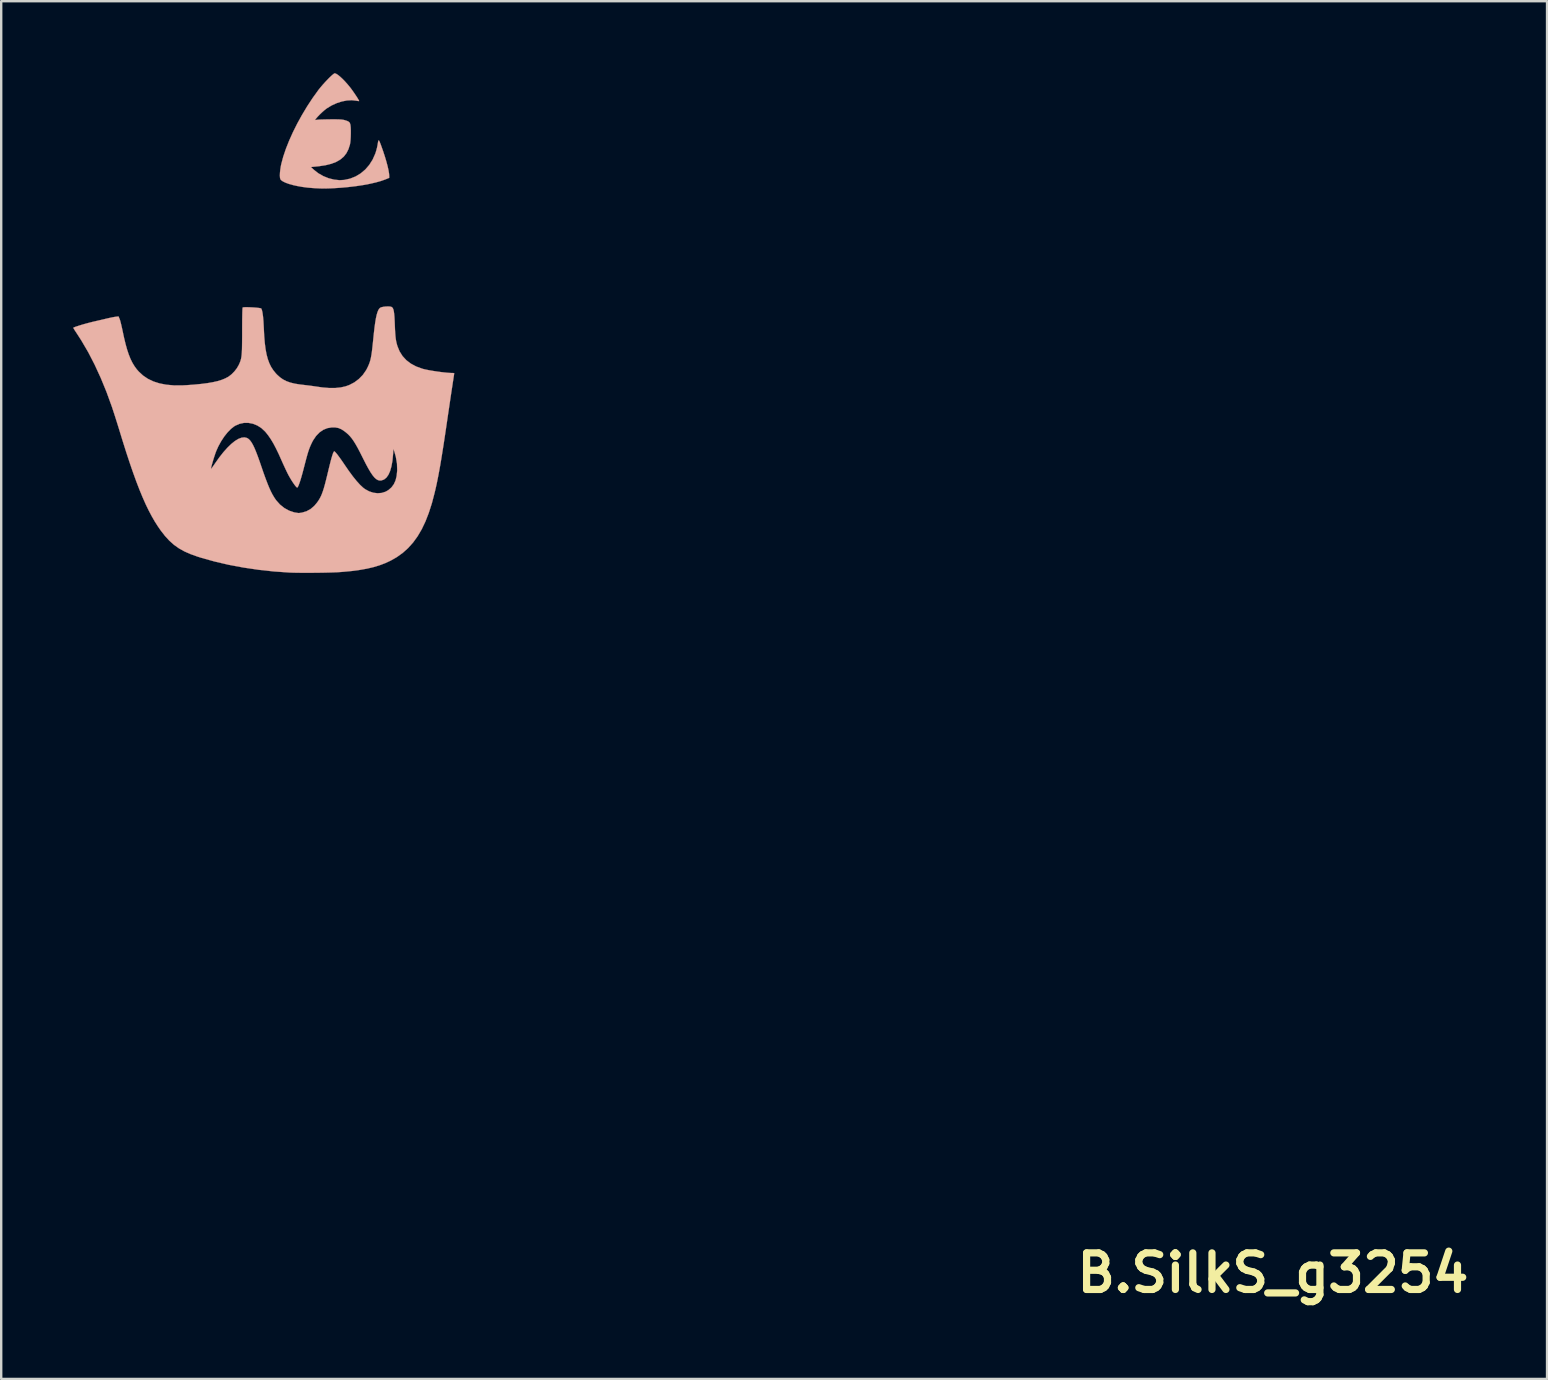
<source format=kicad_pcb>
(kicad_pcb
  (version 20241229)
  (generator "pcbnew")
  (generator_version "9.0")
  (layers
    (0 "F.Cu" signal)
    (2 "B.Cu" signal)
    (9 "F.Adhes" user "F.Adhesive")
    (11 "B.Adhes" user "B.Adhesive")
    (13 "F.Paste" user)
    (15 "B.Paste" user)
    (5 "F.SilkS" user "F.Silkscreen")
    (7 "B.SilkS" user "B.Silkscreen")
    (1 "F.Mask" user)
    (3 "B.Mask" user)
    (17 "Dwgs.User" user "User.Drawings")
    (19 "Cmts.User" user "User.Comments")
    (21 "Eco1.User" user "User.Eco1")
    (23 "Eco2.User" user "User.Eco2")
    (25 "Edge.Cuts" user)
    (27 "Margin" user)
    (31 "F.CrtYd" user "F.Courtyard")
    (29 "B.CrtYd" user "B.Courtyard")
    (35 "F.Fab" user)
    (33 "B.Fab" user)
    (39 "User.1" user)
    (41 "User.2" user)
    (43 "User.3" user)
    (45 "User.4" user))
  (footprint "B.SilkS_g3254"
    (layer "F.Cu")
    (at 50.001 50.001)
    (property "Reference" "B.SilkS_g3254" (at 0 0 0) (layer "F.SilkS") (effects (font (size 1.524 1.524) (thickness 0.3))))
    (attr through_hole)
    (fp_poly (pts (xy -39.046 -49.979) (xy -38.971 -49.933) (xy -38.88 -49.86) (xy -38.778 -49.766) (xy -38.669 -49.654) (xy -38.558 -49.529) (xy -38.448 -49.395) (xy -38.42 -49.358) (xy -38.359 -49.274) (xy -38.295 -49.183) (xy -38.232 -49.09) (xy -38.175 -49.004) (xy -38.129 -48.929) (xy -38.097 -48.873) (xy -38.084 -48.843) (xy -38.084 -48.84) (xy -38.108 -48.839) (xy -38.161 -48.846) (xy -38.208 -48.855) (xy -38.392 -48.875) (xy -38.593 -48.864) (xy -38.805 -48.822) (xy -39.019 -48.753) (xy -39.228 -48.658) (xy -39.424 -48.539) (xy -39.466 -48.509) (xy -39.543 -48.447) (xy -39.632 -48.367) (xy -39.723 -48.28) (xy -39.805 -48.195) (xy -39.869 -48.122) (xy -39.891 -48.094) (xy -39.925 -48.045) (xy -39.83 -48.059) (xy -39.78 -48.064) (xy -39.696 -48.068) (xy -39.585 -48.071) (xy -39.456 -48.074) (xy -39.315 -48.076) (xy -39.272 -48.077) (xy -39.107 -48.077) (xy -38.979 -48.076) (xy -38.879 -48.072) (xy -38.802 -48.066) (xy -38.741 -48.057) (xy -38.69 -48.045) (xy -38.686 -48.044) (xy -38.585 -48.012) (xy -38.518 -47.978) (xy -38.477 -47.937) (xy -38.454 -47.881) (xy -38.446 -47.842) (xy -38.435 -47.747) (xy -38.43 -47.624) (xy -38.43 -47.485) (xy -38.434 -47.342) (xy -38.442 -47.208) (xy -38.455 -47.094) (xy -38.467 -47.026) (xy -38.529 -46.833) (xy -38.614 -46.665) (xy -38.726 -46.522) (xy -38.867 -46.403) (xy -39.038 -46.304) (xy -39.241 -46.226) (xy -39.479 -46.166) (xy -39.754 -46.124) (xy -39.823 -46.117) (xy -40.096 -46.09) (xy -39.973 -45.978) (xy -39.785 -45.83) (xy -39.576 -45.711) (xy -39.353 -45.621) (xy -39.124 -45.564) (xy -38.896 -45.541) (xy -38.705 -45.552) (xy -38.459 -45.606) (xy -38.228 -45.698) (xy -38.017 -45.826) (xy -37.826 -45.987) (xy -37.66 -46.179) (xy -37.521 -46.399) (xy -37.411 -46.646) (xy -37.4 -46.678) (xy -37.367 -46.785) (xy -37.337 -46.901) (xy -37.316 -47.004) (xy -37.315 -47.011) (xy -37.299 -47.11) (xy -37.286 -47.174) (xy -37.271 -47.2) (xy -37.253 -47.19) (xy -37.228 -47.141) (xy -37.193 -47.054) (xy -37.164 -46.975) (xy -37.083 -46.747) (xy -37.011 -46.527) (xy -36.949 -46.319) (xy -36.899 -46.13) (xy -36.861 -45.963) (xy -36.838 -45.826) (xy -36.83 -45.727) (xy -36.83 -45.639) (xy -36.983 -45.576) (xy -37.168 -45.51) (xy -37.389 -45.448) (xy -37.641 -45.39) (xy -37.919 -45.338) (xy -38.216 -45.293) (xy -38.528 -45.256) (xy -38.849 -45.227) (xy -39.063 -45.213) (xy -39.241 -45.203) (xy -39.39 -45.198) (xy -39.521 -45.195) (xy -39.646 -45.196) (xy -39.778 -45.201) (xy -39.929 -45.209) (xy -40.014 -45.214) (xy -40.235 -45.233) (xy -40.45 -45.261) (xy -40.653 -45.297) (xy -40.84 -45.338) (xy -41.006 -45.385) (xy -41.147 -45.436) (xy -41.258 -45.489) (xy -41.334 -45.543) (xy -41.365 -45.581) (xy -41.381 -45.64) (xy -41.387 -45.732) (xy -41.383 -45.849) (xy -41.369 -45.983) (xy -41.347 -46.125) (xy -41.328 -46.215) (xy -41.247 -46.519) (xy -41.137 -46.845) (xy -41.001 -47.188) (xy -40.842 -47.542) (xy -40.662 -47.902) (xy -40.464 -48.261) (xy -40.251 -48.616) (xy -40.026 -48.959) (xy -39.791 -49.286) (xy -39.775 -49.308) (xy -39.697 -49.405) (xy -39.609 -49.509) (xy -39.515 -49.614) (xy -39.419 -49.716) (xy -39.328 -49.809) (xy -39.245 -49.888) (xy -39.175 -49.949) (xy -39.125 -49.986) (xy -39.101 -49.996) (xy -39.046 -49.979)) (stroke (width 0.01) (type solid)) (fill yes) (layer "B.SilkS"))
    (fp_poly (pts (xy -36.79 -40.274) (xy -36.741 -40.262) (xy -36.707 -40.242) (xy -36.679 -40.207) (xy -36.656 -40.154) (xy -36.638 -40.078) (xy -36.624 -39.976) (xy -36.612 -39.842) (xy -36.603 -39.674) (xy -36.597 -39.527) (xy -36.589 -39.329) (xy -36.58 -39.168) (xy -36.569 -39.034) (xy -36.556 -38.921) (xy -36.539 -38.823) (xy -36.518 -38.732) (xy -36.492 -38.64) (xy -36.489 -38.629) (xy -36.398 -38.407) (xy -36.274 -38.211) (xy -36.117 -38.04) (xy -35.926 -37.895) (xy -35.703 -37.776) (xy -35.449 -37.684) (xy -35.375 -37.664) (xy -35.269 -37.641) (xy -35.137 -37.615) (xy -34.986 -37.59) (xy -34.826 -37.566) (xy -34.667 -37.544) (xy -34.518 -37.527) (xy -34.389 -37.514) (xy -34.289 -37.508) (xy -34.265 -37.507) (xy -34.193 -37.506) (xy -34.141 -37.502) (xy -34.121 -37.496) (xy -34.121 -37.496) (xy -34.124 -37.472) (xy -34.132 -37.413) (xy -34.146 -37.326) (xy -34.162 -37.216) (xy -34.182 -37.09) (xy -34.185 -37.067) (xy -34.201 -36.961) (xy -34.223 -36.819) (xy -34.249 -36.648) (xy -34.278 -36.453) (xy -34.309 -36.241) (xy -34.342 -36.018) (xy -34.376 -35.791) (xy -34.408 -35.571) (xy -34.467 -35.17) (xy -34.521 -34.808) (xy -34.571 -34.48) (xy -34.618 -34.184) (xy -34.661 -33.917) (xy -34.702 -33.673) (xy -34.742 -33.451) (xy -34.78 -33.245) (xy -34.818 -33.054) (xy -34.855 -32.873) (xy -34.894 -32.699) (xy -34.934 -32.529) (xy -34.938 -32.512) (xy -35.052 -32.076) (xy -35.18 -31.678) (xy -35.32 -31.318) (xy -35.475 -30.993) (xy -35.646 -30.702) (xy -35.834 -30.442) (xy -36.04 -30.212) (xy -36.266 -30.009) (xy -36.512 -29.833) (xy -36.764 -29.689) (xy -36.986 -29.585) (xy -37.222 -29.495) (xy -37.475 -29.418) (xy -37.75 -29.353) (xy -38.052 -29.299) (xy -38.385 -29.254) (xy -38.754 -29.219) (xy -38.862 -29.211) (xy -38.999 -29.202) (xy -39.171 -29.195) (xy -39.37 -29.189) (xy -39.588 -29.184) (xy -39.817 -29.181) (xy -40.05 -29.179) (xy -40.279 -29.178) (xy -40.496 -29.179) (xy -40.694 -29.181) (xy -40.864 -29.185) (xy -40.975 -29.189) (xy -41.628 -29.234) (xy -42.273 -29.304) (xy -42.907 -29.398) (xy -43.522 -29.513) (xy -44.113 -29.651) (xy -44.674 -29.808) (xy -44.82 -29.854) (xy -45.11 -29.958) (xy -45.367 -30.071) (xy -45.595 -30.199) (xy -45.803 -30.347) (xy -45.995 -30.519) (xy -46.179 -30.72) (xy -46.361 -30.955) (xy -46.471 -31.115) (xy -46.601 -31.318) (xy -46.728 -31.539) (xy -46.855 -31.78) (xy -46.982 -32.042) (xy -47.109 -32.329) (xy -47.238 -32.642) (xy -47.37 -32.984) (xy -47.505 -33.357) (xy -47.559 -33.513) (xy -44.26 -33.513) (xy -44.249 -33.519) (xy -44.218 -33.555) (xy -44.173 -33.616) (xy -44.117 -33.696) (xy -44.091 -33.735) (xy -43.913 -33.986) (xy -43.74 -34.206) (xy -43.572 -34.394) (xy -43.411 -34.55) (xy -43.259 -34.672) (xy -43.116 -34.759) (xy -42.984 -34.809) (xy -42.864 -34.823) (xy -42.758 -34.798) (xy -42.743 -34.791) (xy -42.685 -34.752) (xy -42.628 -34.695) (xy -42.57 -34.616) (xy -42.511 -34.514) (xy -42.448 -34.384) (xy -42.381 -34.224) (xy -42.307 -34.031) (xy -42.225 -33.802) (xy -42.166 -33.629) (xy -42.071 -33.352) (xy -41.984 -33.111) (xy -41.905 -32.904) (xy -41.832 -32.725) (xy -41.762 -32.572) (xy -41.694 -32.44) (xy -41.626 -32.325) (xy -41.557 -32.223) (xy -41.541 -32.201) (xy -41.382 -32.023) (xy -41.201 -31.878) (xy -41.001 -31.768) (xy -40.786 -31.696) (xy -40.617 -31.669) (xy -40.58 -31.67) (xy -40.516 -31.679) (xy -40.46 -31.688) (xy -40.274 -31.744) (xy -40.103 -31.839) (xy -39.948 -31.973) (xy -39.846 -32.094) (xy -39.787 -32.176) (xy -39.735 -32.259) (xy -39.687 -32.348) (xy -39.643 -32.447) (xy -39.6 -32.562) (xy -39.556 -32.697) (xy -39.511 -32.856) (xy -39.462 -33.046) (xy -39.407 -33.27) (xy -39.381 -33.38) (xy -39.325 -33.611) (xy -39.277 -33.802) (xy -39.236 -33.956) (xy -39.2 -34.075) (xy -39.171 -34.161) (xy -39.146 -34.215) (xy -39.125 -34.241) (xy -39.121 -34.242) (xy -39.098 -34.229) (xy -39.055 -34.184) (xy -38.994 -34.111) (xy -38.92 -34.012) (xy -38.834 -33.893) (xy -38.74 -33.757) (xy -38.693 -33.687) (xy -38.513 -33.425) (xy -38.345 -33.197) (xy -38.189 -33.004) (xy -38.047 -32.847) (xy -37.919 -32.728) (xy -37.836 -32.665) (xy -37.665 -32.572) (xy -37.488 -32.515) (xy -37.311 -32.494) (xy -37.14 -32.508) (xy -36.98 -32.559) (xy -36.865 -32.625) (xy -36.737 -32.736) (xy -36.638 -32.869) (xy -36.566 -33.027) (xy -36.52 -33.213) (xy -36.498 -33.432) (xy -36.497 -33.443) (xy -36.506 -33.73) (xy -36.555 -34.018) (xy -36.614 -34.227) (xy -36.654 -34.343) (xy -36.67 -34.111) (xy -36.696 -33.842) (xy -36.738 -33.611) (xy -36.794 -33.417) (xy -36.864 -33.261) (xy -36.948 -33.144) (xy -37.046 -33.066) (xy -37.158 -33.027) (xy -37.165 -33.026) (xy -37.235 -33.026) (xy -37.304 -33.044) (xy -37.373 -33.085) (xy -37.445 -33.15) (xy -37.521 -33.242) (xy -37.604 -33.364) (xy -37.695 -33.517) (xy -37.797 -33.705) (xy -37.911 -33.929) (xy -37.931 -33.969) (xy -38.042 -34.19) (xy -38.139 -34.376) (xy -38.227 -34.532) (xy -38.308 -34.663) (xy -38.385 -34.773) (xy -38.462 -34.867) (xy -38.541 -34.949) (xy -38.626 -35.023) (xy -38.688 -35.072) (xy -38.821 -35.16) (xy -38.949 -35.214) (xy -39.086 -35.238) (xy -39.225 -35.238) (xy -39.41 -35.207) (xy -39.582 -35.136) (xy -39.739 -35.027) (xy -39.879 -34.88) (xy -40.003 -34.697) (xy -40.05 -34.607) (xy -40.092 -34.518) (xy -40.13 -34.432) (xy -40.165 -34.341) (xy -40.2 -34.24) (xy -40.236 -34.123) (xy -40.275 -33.984) (xy -40.319 -33.817) (xy -40.371 -33.616) (xy -40.383 -33.57) (xy -40.438 -33.359) (xy -40.49 -33.174) (xy -40.537 -33.017) (xy -40.58 -32.892) (xy -40.616 -32.8) (xy -40.646 -32.745) (xy -40.668 -32.729) (xy -40.668 -32.729) (xy -40.7 -32.754) (xy -40.748 -32.809) (xy -40.806 -32.888) (xy -40.871 -32.984) (xy -40.937 -33.091) (xy -41.001 -33.201) (xy -41.04 -33.273) (xy -41.094 -33.381) (xy -41.157 -33.514) (xy -41.224 -33.658) (xy -41.288 -33.799) (xy -41.314 -33.858) (xy -41.436 -34.131) (xy -41.551 -34.368) (xy -41.659 -34.573) (xy -41.765 -34.749) (xy -41.87 -34.902) (xy -41.977 -35.037) (xy -42.006 -35.069) (xy -42.158 -35.211) (xy -42.327 -35.318) (xy -42.507 -35.391) (xy -42.694 -35.427) (xy -42.882 -35.427) (xy -43.066 -35.388) (xy -43.241 -35.312) (xy -43.285 -35.286) (xy -43.425 -35.177) (xy -43.567 -35.032) (xy -43.705 -34.859) (xy -43.834 -34.663) (xy -43.951 -34.45) (xy -44.037 -34.258) (xy -44.067 -34.179) (xy -44.101 -34.079) (xy -44.138 -33.966) (xy -44.174 -33.849) (xy -44.206 -33.737) (xy -44.233 -33.639) (xy -44.252 -33.562) (xy -44.259 -33.516) (xy -44.26 -33.513) (xy -47.559 -33.513) (xy -47.645 -33.764) (xy -47.791 -34.206) (xy -47.942 -34.685) (xy -48.045 -35.02) (xy -48.102 -35.207) (xy -48.162 -35.399) (xy -48.222 -35.589) (xy -48.279 -35.768) (xy -48.331 -35.927) (xy -48.374 -36.058) (xy -48.388 -36.1) (xy -48.612 -36.716) (xy -48.852 -37.301) (xy -49.107 -37.855) (xy -49.375 -38.374) (xy -49.657 -38.856) (xy -49.828 -39.122) (xy -49.888 -39.213) (xy -49.939 -39.291) (xy -49.976 -39.351) (xy -49.994 -39.384) (xy -49.996 -39.389) (xy -49.976 -39.402) (xy -49.922 -39.425) (xy -49.839 -39.453) (xy -49.734 -39.487) (xy -49.613 -39.524) (xy -49.482 -39.561) (xy -49.347 -39.597) (xy -49.215 -39.631) (xy -49.117 -39.654) (xy -48.983 -39.685) (xy -48.84 -39.718) (xy -48.704 -39.75) (xy -48.591 -39.777) (xy -48.574 -39.781) (xy -48.467 -39.805) (xy -48.361 -39.827) (xy -48.271 -39.843) (xy -48.23 -39.849) (xy -48.112 -39.863) (xy -48.069 -39.765) (xy -48.05 -39.712) (xy -48.026 -39.626) (xy -47.999 -39.517) (xy -47.971 -39.394) (xy -47.951 -39.302) (xy -47.885 -38.992) (xy -47.82 -38.72) (xy -47.754 -38.482) (xy -47.685 -38.275) (xy -47.612 -38.093) (xy -47.533 -37.933) (xy -47.447 -37.791) (xy -47.353 -37.662) (xy -47.265 -37.562) (xy -47.087 -37.398) (xy -46.885 -37.262) (xy -46.659 -37.154) (xy -46.406 -37.073) (xy -46.125 -37.018) (xy -45.815 -36.99) (xy -45.473 -36.988) (xy -45.276 -36.998) (xy -44.945 -37.022) (xy -44.654 -37.051) (xy -44.399 -37.084) (xy -44.175 -37.123) (xy -43.981 -37.167) (xy -43.813 -37.219) (xy -43.668 -37.278) (xy -43.541 -37.345) (xy -43.516 -37.361) (xy -43.398 -37.453) (xy -43.281 -37.572) (xy -43.178 -37.705) (xy -43.102 -37.836) (xy -43.071 -37.904) (xy -43.045 -37.967) (xy -43.023 -38.03) (xy -43.005 -38.097) (xy -42.991 -38.172) (xy -42.98 -38.26) (xy -42.972 -38.365) (xy -42.966 -38.491) (xy -42.963 -38.643) (xy -42.961 -38.824) (xy -42.959 -39.04) (xy -42.959 -39.258) (xy -42.958 -39.504) (xy -42.957 -39.717) (xy -42.954 -39.896) (xy -42.951 -40.038) (xy -42.947 -40.144) (xy -42.942 -40.21) (xy -42.937 -40.235) (xy -42.907 -40.243) (xy -42.844 -40.247) (xy -42.756 -40.248) (xy -42.652 -40.245) (xy -42.541 -40.24) (xy -42.43 -40.233) (xy -42.328 -40.224) (xy -42.244 -40.214) (xy -42.186 -40.203) (xy -42.162 -40.193) (xy -42.134 -40.124) (xy -42.11 -40.013) (xy -42.089 -39.86) (xy -42.072 -39.665) (xy -42.059 -39.428) (xy -42.056 -39.37) (xy -42.04 -39.045) (xy -42.016 -38.759) (xy -41.984 -38.506) (xy -41.943 -38.284) (xy -41.891 -38.088) (xy -41.828 -37.916) (xy -41.753 -37.762) (xy -41.663 -37.623) (xy -41.559 -37.495) (xy -41.506 -37.438) (xy -41.385 -37.329) (xy -41.258 -37.239) (xy -41.117 -37.166) (xy -40.956 -37.108) (xy -40.77 -37.062) (xy -40.552 -37.027) (xy -40.399 -37.009) (xy -40.271 -36.994) (xy -40.14 -36.978) (xy -40.02 -36.962) (xy -39.926 -36.948) (xy -39.92 -36.947) (xy -39.609 -36.903) (xy -39.33 -36.88) (xy -39.081 -36.88) (xy -38.856 -36.903) (xy -38.654 -36.947) (xy -38.495 -37.004) (xy -38.284 -37.114) (xy -38.094 -37.257) (xy -37.929 -37.426) (xy -37.796 -37.617) (xy -37.768 -37.667) (xy -37.72 -37.763) (xy -37.68 -37.853) (xy -37.646 -37.942) (xy -37.617 -38.036) (xy -37.593 -38.141) (xy -37.571 -38.262) (xy -37.55 -38.405) (xy -37.53 -38.577) (xy -37.508 -38.782) (xy -37.497 -38.894) (xy -37.468 -39.171) (xy -37.441 -39.41) (xy -37.413 -39.611) (xy -37.385 -39.779) (xy -37.355 -39.917) (xy -37.324 -40.026) (xy -37.291 -40.111) (xy -37.255 -40.174) (xy -37.215 -40.217) (xy -37.206 -40.224) (xy -37.152 -40.247) (xy -37.07 -40.265) (xy -36.973 -40.276) (xy -36.875 -40.279) (xy -36.79 -40.274)) (stroke (width 0.01) (type solid)) (fill yes) (layer "B.SilkS")))
  (gr_rect
    (start -3 -3)
    (end 61.426 54.419)
    (stroke (width 0.1) (type default))
    (fill no)
    (layer "Edge.Cuts")))
</source>
